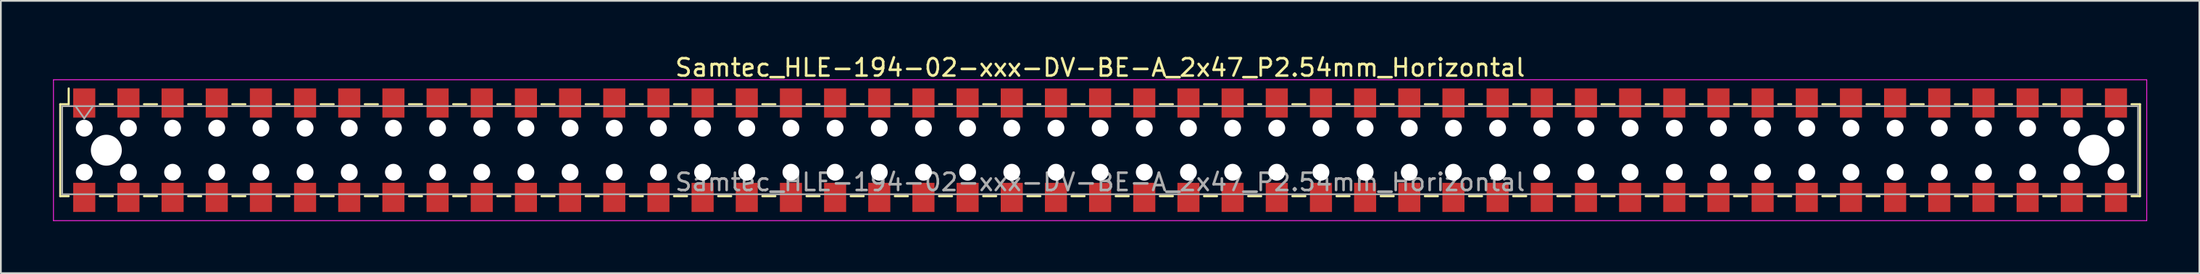
<source format=kicad_pcb>
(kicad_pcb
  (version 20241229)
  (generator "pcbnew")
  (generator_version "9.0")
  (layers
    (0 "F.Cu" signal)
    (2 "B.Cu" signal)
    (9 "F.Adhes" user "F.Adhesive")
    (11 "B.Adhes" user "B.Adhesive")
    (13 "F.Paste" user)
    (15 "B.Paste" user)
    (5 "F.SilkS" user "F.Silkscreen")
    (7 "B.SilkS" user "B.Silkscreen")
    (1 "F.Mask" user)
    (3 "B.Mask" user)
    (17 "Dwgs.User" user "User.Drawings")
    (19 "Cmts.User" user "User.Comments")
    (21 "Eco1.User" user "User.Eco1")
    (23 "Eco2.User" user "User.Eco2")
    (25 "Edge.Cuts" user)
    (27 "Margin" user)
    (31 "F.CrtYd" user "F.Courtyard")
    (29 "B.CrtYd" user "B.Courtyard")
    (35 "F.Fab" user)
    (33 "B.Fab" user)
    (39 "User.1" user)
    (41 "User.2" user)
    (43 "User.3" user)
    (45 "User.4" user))
  (footprint "Samtec_HLE-194-02-xxx-DV-BE-A_2x47_P2.54mm_Horizontal"
    (layer "F.Cu")
    (at 60.215 5.608)
    (property "Reference" "Samtec_HLE-194-02-xxx-DV-BE-A_2x47_P2.54mm_Horizontal" (at 0 -4.76 0) (layer "F.SilkS") (effects (font (size 1 1) (thickness 0.15))))
    (attr smd)
    (fp_line (start -59.8 -2.65) (end -59.8 2.65) (stroke (width 0.12) (type solid)) (layer "F.SilkS"))
    (fp_line (start -59.8 2.65) (end -59.315 2.65) (stroke (width 0.12) (type solid)) (layer "F.SilkS"))
    (fp_line (start -59.315 -3.56) (end -59.315 -2.65) (stroke (width 0.12) (type solid)) (layer "F.SilkS"))
    (fp_line (start -59.315 -2.65) (end -59.8 -2.65) (stroke (width 0.12) (type solid)) (layer "F.SilkS"))
    (fp_line (start -57.525 -2.65) (end -56.775 -2.65) (stroke (width 0.12) (type solid)) (layer "F.SilkS"))
    (fp_line (start -57.525 2.65) (end -56.775 2.65) (stroke (width 0.12) (type solid)) (layer "F.SilkS"))
    (fp_line (start -54.985 -2.65) (end -54.235 -2.65) (stroke (width 0.12) (type solid)) (layer "F.SilkS"))
    (fp_line (start -54.985 2.65) (end -54.235 2.65) (stroke (width 0.12) (type solid)) (layer "F.SilkS"))
    (fp_line (start -52.445 -2.65) (end -51.695 -2.65) (stroke (width 0.12) (type solid)) (layer "F.SilkS"))
    (fp_line (start -52.445 2.65) (end -51.695 2.65) (stroke (width 0.12) (type solid)) (layer "F.SilkS"))
    (fp_line (start -49.905 -2.65) (end -49.155 -2.65) (stroke (width 0.12) (type solid)) (layer "F.SilkS"))
    (fp_line (start -49.905 2.65) (end -49.155 2.65) (stroke (width 0.12) (type solid)) (layer "F.SilkS"))
    (fp_line (start -47.365 -2.65) (end -46.615 -2.65) (stroke (width 0.12) (type solid)) (layer "F.SilkS"))
    (fp_line (start -47.365 2.65) (end -46.615 2.65) (stroke (width 0.12) (type solid)) (layer "F.SilkS"))
    (fp_line (start -44.825 -2.65) (end -44.075 -2.65) (stroke (width 0.12) (type solid)) (layer "F.SilkS"))
    (fp_line (start -44.825 2.65) (end -44.075 2.65) (stroke (width 0.12) (type solid)) (layer "F.SilkS"))
    (fp_line (start -42.285 -2.65) (end -41.535 -2.65) (stroke (width 0.12) (type solid)) (layer "F.SilkS"))
    (fp_line (start -42.285 2.65) (end -41.535 2.65) (stroke (width 0.12) (type solid)) (layer "F.SilkS"))
    (fp_line (start -39.745 -2.65) (end -38.995 -2.65) (stroke (width 0.12) (type solid)) (layer "F.SilkS"))
    (fp_line (start -39.745 2.65) (end -38.995 2.65) (stroke (width 0.12) (type solid)) (layer "F.SilkS"))
    (fp_line (start -37.205 -2.65) (end -36.455 -2.65) (stroke (width 0.12) (type solid)) (layer "F.SilkS"))
    (fp_line (start -37.205 2.65) (end -36.455 2.65) (stroke (width 0.12) (type solid)) (layer "F.SilkS"))
    (fp_line (start -34.665 -2.65) (end -33.915 -2.65) (stroke (width 0.12) (type solid)) (layer "F.SilkS"))
    (fp_line (start -34.665 2.65) (end -33.915 2.65) (stroke (width 0.12) (type solid)) (layer "F.SilkS"))
    (fp_line (start -32.125 -2.65) (end -31.375 -2.65) (stroke (width 0.12) (type solid)) (layer "F.SilkS"))
    (fp_line (start -32.125 2.65) (end -31.375 2.65) (stroke (width 0.12) (type solid)) (layer "F.SilkS"))
    (fp_line (start -29.585 -2.65) (end -28.835 -2.65) (stroke (width 0.12) (type solid)) (layer "F.SilkS"))
    (fp_line (start -29.585 2.65) (end -28.835 2.65) (stroke (width 0.12) (type solid)) (layer "F.SilkS"))
    (fp_line (start -27.045 -2.65) (end -26.295 -2.65) (stroke (width 0.12) (type solid)) (layer "F.SilkS"))
    (fp_line (start -27.045 2.65) (end -26.295 2.65) (stroke (width 0.12) (type solid)) (layer "F.SilkS"))
    (fp_line (start -24.505 -2.65) (end -23.755 -2.65) (stroke (width 0.12) (type solid)) (layer "F.SilkS"))
    (fp_line (start -24.505 2.65) (end -23.755 2.65) (stroke (width 0.12) (type solid)) (layer "F.SilkS"))
    (fp_line (start -21.965 -2.65) (end -21.215 -2.65) (stroke (width 0.12) (type solid)) (layer "F.SilkS"))
    (fp_line (start -21.965 2.65) (end -21.215 2.65) (stroke (width 0.12) (type solid)) (layer "F.SilkS"))
    (fp_line (start -19.425 -2.65) (end -18.675 -2.65) (stroke (width 0.12) (type solid)) (layer "F.SilkS"))
    (fp_line (start -19.425 2.65) (end -18.675 2.65) (stroke (width 0.12) (type solid)) (layer "F.SilkS"))
    (fp_line (start -16.885 -2.65) (end -16.135 -2.65) (stroke (width 0.12) (type solid)) (layer "F.SilkS"))
    (fp_line (start -16.885 2.65) (end -16.135 2.65) (stroke (width 0.12) (type solid)) (layer "F.SilkS"))
    (fp_line (start -14.345 -2.65) (end -13.595 -2.65) (stroke (width 0.12) (type solid)) (layer "F.SilkS"))
    (fp_line (start -14.345 2.65) (end -13.595 2.65) (stroke (width 0.12) (type solid)) (layer "F.SilkS"))
    (fp_line (start -11.805 -2.65) (end -11.055 -2.65) (stroke (width 0.12) (type solid)) (layer "F.SilkS"))
    (fp_line (start -11.805 2.65) (end -11.055 2.65) (stroke (width 0.12) (type solid)) (layer "F.SilkS"))
    (fp_line (start -9.265 -2.65) (end -8.515 -2.65) (stroke (width 0.12) (type solid)) (layer "F.SilkS"))
    (fp_line (start -9.265 2.65) (end -8.515 2.65) (stroke (width 0.12) (type solid)) (layer "F.SilkS"))
    (fp_line (start -6.725 -2.65) (end -5.975 -2.65) (stroke (width 0.12) (type solid)) (layer "F.SilkS"))
    (fp_line (start -6.725 2.65) (end -5.975 2.65) (stroke (width 0.12) (type solid)) (layer "F.SilkS"))
    (fp_line (start -4.185 -2.65) (end -3.435 -2.65) (stroke (width 0.12) (type solid)) (layer "F.SilkS"))
    (fp_line (start -4.185 2.65) (end -3.435 2.65) (stroke (width 0.12) (type solid)) (layer "F.SilkS"))
    (fp_line (start -1.645 -2.65) (end -0.895 -2.65) (stroke (width 0.12) (type solid)) (layer "F.SilkS"))
    (fp_line (start -1.645 2.65) (end -0.895 2.65) (stroke (width 0.12) (type solid)) (layer "F.SilkS"))
    (fp_line (start 0.895 -2.65) (end 1.645 -2.65) (stroke (width 0.12) (type solid)) (layer "F.SilkS"))
    (fp_line (start 0.895 2.65) (end 1.645 2.65) (stroke (width 0.12) (type solid)) (layer "F.SilkS"))
    (fp_line (start 3.435 -2.65) (end 4.185 -2.65) (stroke (width 0.12) (type solid)) (layer "F.SilkS"))
    (fp_line (start 3.435 2.65) (end 4.185 2.65) (stroke (width 0.12) (type solid)) (layer "F.SilkS"))
    (fp_line (start 5.975 -2.65) (end 6.725 -2.65) (stroke (width 0.12) (type solid)) (layer "F.SilkS"))
    (fp_line (start 5.975 2.65) (end 6.725 2.65) (stroke (width 0.12) (type solid)) (layer "F.SilkS"))
    (fp_line (start 8.515 -2.65) (end 9.265 -2.65) (stroke (width 0.12) (type solid)) (layer "F.SilkS"))
    (fp_line (start 8.515 2.65) (end 9.265 2.65) (stroke (width 0.12) (type solid)) (layer "F.SilkS"))
    (fp_line (start 11.055 -2.65) (end 11.805 -2.65) (stroke (width 0.12) (type solid)) (layer "F.SilkS"))
    (fp_line (start 11.055 2.65) (end 11.805 2.65) (stroke (width 0.12) (type solid)) (layer "F.SilkS"))
    (fp_line (start 13.595 -2.65) (end 14.345 -2.65) (stroke (width 0.12) (type solid)) (layer "F.SilkS"))
    (fp_line (start 13.595 2.65) (end 14.345 2.65) (stroke (width 0.12) (type solid)) (layer "F.SilkS"))
    (fp_line (start 16.135 -2.65) (end 16.885 -2.65) (stroke (width 0.12) (type solid)) (layer "F.SilkS"))
    (fp_line (start 16.135 2.65) (end 16.885 2.65) (stroke (width 0.12) (type solid)) (layer "F.SilkS"))
    (fp_line (start 18.675 -2.65) (end 19.425 -2.65) (stroke (width 0.12) (type solid)) (layer "F.SilkS"))
    (fp_line (start 18.675 2.65) (end 19.425 2.65) (stroke (width 0.12) (type solid)) (layer "F.SilkS"))
    (fp_line (start 21.215 -2.65) (end 21.965 -2.65) (stroke (width 0.12) (type solid)) (layer "F.SilkS"))
    (fp_line (start 21.215 2.65) (end 21.965 2.65) (stroke (width 0.12) (type solid)) (layer "F.SilkS"))
    (fp_line (start 23.755 -2.65) (end 24.505 -2.65) (stroke (width 0.12) (type solid)) (layer "F.SilkS"))
    (fp_line (start 23.755 2.65) (end 24.505 2.65) (stroke (width 0.12) (type solid)) (layer "F.SilkS"))
    (fp_line (start 26.295 -2.65) (end 27.045 -2.65) (stroke (width 0.12) (type solid)) (layer "F.SilkS"))
    (fp_line (start 26.295 2.65) (end 27.045 2.65) (stroke (width 0.12) (type solid)) (layer "F.SilkS"))
    (fp_line (start 28.835 -2.65) (end 29.585 -2.65) (stroke (width 0.12) (type solid)) (layer "F.SilkS"))
    (fp_line (start 28.835 2.65) (end 29.585 2.65) (stroke (width 0.12) (type solid)) (layer "F.SilkS"))
    (fp_line (start 31.375 -2.65) (end 32.125 -2.65) (stroke (width 0.12) (type solid)) (layer "F.SilkS"))
    (fp_line (start 31.375 2.65) (end 32.125 2.65) (stroke (width 0.12) (type solid)) (layer "F.SilkS"))
    (fp_line (start 33.915 -2.65) (end 34.665 -2.65) (stroke (width 0.12) (type solid)) (layer "F.SilkS"))
    (fp_line (start 33.915 2.65) (end 34.665 2.65) (stroke (width 0.12) (type solid)) (layer "F.SilkS"))
    (fp_line (start 36.455 -2.65) (end 37.205 -2.65) (stroke (width 0.12) (type solid)) (layer "F.SilkS"))
    (fp_line (start 36.455 2.65) (end 37.205 2.65) (stroke (width 0.12) (type solid)) (layer "F.SilkS"))
    (fp_line (start 38.995 -2.65) (end 39.745 -2.65) (stroke (width 0.12) (type solid)) (layer "F.SilkS"))
    (fp_line (start 38.995 2.65) (end 39.745 2.65) (stroke (width 0.12) (type solid)) (layer "F.SilkS"))
    (fp_line (start 41.535 -2.65) (end 42.285 -2.65) (stroke (width 0.12) (type solid)) (layer "F.SilkS"))
    (fp_line (start 41.535 2.65) (end 42.285 2.65) (stroke (width 0.12) (type solid)) (layer "F.SilkS"))
    (fp_line (start 44.075 -2.65) (end 44.825 -2.65) (stroke (width 0.12) (type solid)) (layer "F.SilkS"))
    (fp_line (start 44.075 2.65) (end 44.825 2.65) (stroke (width 0.12) (type solid)) (layer "F.SilkS"))
    (fp_line (start 46.615 -2.65) (end 47.365 -2.65) (stroke (width 0.12) (type solid)) (layer "F.SilkS"))
    (fp_line (start 46.615 2.65) (end 47.365 2.65) (stroke (width 0.12) (type solid)) (layer "F.SilkS"))
    (fp_line (start 49.155 -2.65) (end 49.905 -2.65) (stroke (width 0.12) (type solid)) (layer "F.SilkS"))
    (fp_line (start 49.155 2.65) (end 49.905 2.65) (stroke (width 0.12) (type solid)) (layer "F.SilkS"))
    (fp_line (start 51.695 -2.65) (end 52.445 -2.65) (stroke (width 0.12) (type solid)) (layer "F.SilkS"))
    (fp_line (start 51.695 2.65) (end 52.445 2.65) (stroke (width 0.12) (type solid)) (layer "F.SilkS"))
    (fp_line (start 54.235 -2.65) (end 54.985 -2.65) (stroke (width 0.12) (type solid)) (layer "F.SilkS"))
    (fp_line (start 54.235 2.65) (end 54.985 2.65) (stroke (width 0.12) (type solid)) (layer "F.SilkS"))
    (fp_line (start 56.775 -2.65) (end 57.525 -2.65) (stroke (width 0.12) (type solid)) (layer "F.SilkS"))
    (fp_line (start 56.775 2.65) (end 57.525 2.65) (stroke (width 0.12) (type solid)) (layer "F.SilkS"))
    (fp_line (start 59.315 -2.65) (end 59.8 -2.65) (stroke (width 0.12) (type solid)) (layer "F.SilkS"))
    (fp_line (start 59.8 -2.65) (end 59.8 2.65) (stroke (width 0.12) (type solid)) (layer "F.SilkS"))
    (fp_line (start 59.8 2.65) (end 59.315 2.65) (stroke (width 0.12) (type solid)) (layer "F.SilkS"))
    (fp_line (start -60.19 -4.06) (end 60.19 -4.06) (stroke (width 0.05) (type solid)) (layer "F.CrtYd"))
    (fp_line (start -60.19 4.06) (end -60.19 -4.06) (stroke (width 0.05) (type solid)) (layer "F.CrtYd"))
    (fp_line (start 60.19 -4.06) (end 60.19 4.06) (stroke (width 0.05) (type solid)) (layer "F.CrtYd"))
    (fp_line (start 60.19 4.06) (end -60.19 4.06) (stroke (width 0.05) (type solid)) (layer "F.CrtYd"))
    (fp_line (start -59.69 -2.54) (end 59.69 -2.54) (stroke (width 0.1) (type solid)) (layer "F.Fab"))
    (fp_line (start -59.69 2.54) (end -59.69 -2.54) (stroke (width 0.1) (type solid)) (layer "F.Fab"))
    (fp_line (start -58.92 -2.54) (end -58.42 -1.833) (stroke (width 0.1) (type solid)) (layer "F.Fab"))
    (fp_line (start -58.42 -1.833) (end -57.92 -2.54) (stroke (width 0.1) (type solid)) (layer "F.Fab"))
    (fp_line (start 59.69 -2.54) (end 59.69 2.54) (stroke (width 0.1) (type solid)) (layer "F.Fab"))
    (fp_line (start 59.69 2.54) (end -59.69 2.54) (stroke (width 0.1) (type solid)) (layer "F.Fab"))
    (fp_text user "${REFERENCE}" (at 0 1.84 0) (layer "F.Fab") (effects (font (size 1 1) (thickness 0.15))))
    (pad "" np_thru_hole circle (at -58.42 -1.27) (size 0.97 0.97) (drill 0.97) (layers "*.Cu" "*.Mask"))
    (pad "" np_thru_hole circle (at -58.42 1.27) (size 0.97 0.97) (drill 0.97) (layers "*.Cu" "*.Mask"))
    (pad "" np_thru_hole circle (at -57.15 0) (size 1.78 1.78) (drill 1.78) (layers "*.Cu" "*.Mask"))
    (pad "" np_thru_hole circle (at -55.88 -1.27) (size 0.97 0.97) (drill 0.97) (layers "*.Cu" "*.Mask"))
    (pad "" np_thru_hole circle (at -55.88 1.27) (size 0.97 0.97) (drill 0.97) (layers "*.Cu" "*.Mask"))
    (pad "" np_thru_hole circle (at -53.34 -1.27) (size 0.97 0.97) (drill 0.97) (layers "*.Cu" "*.Mask"))
    (pad "" np_thru_hole circle (at -53.34 1.27) (size 0.97 0.97) (drill 0.97) (layers "*.Cu" "*.Mask"))
    (pad "" np_thru_hole circle (at -50.8 -1.27) (size 0.97 0.97) (drill 0.97) (layers "*.Cu" "*.Mask"))
    (pad "" np_thru_hole circle (at -50.8 1.27) (size 0.97 0.97) (drill 0.97) (layers "*.Cu" "*.Mask"))
    (pad "" np_thru_hole circle (at -48.26 -1.27) (size 0.97 0.97) (drill 0.97) (layers "*.Cu" "*.Mask"))
    (pad "" np_thru_hole circle (at -48.26 1.27) (size 0.97 0.97) (drill 0.97) (layers "*.Cu" "*.Mask"))
    (pad "" np_thru_hole circle (at -45.72 -1.27) (size 0.97 0.97) (drill 0.97) (layers "*.Cu" "*.Mask"))
    (pad "" np_thru_hole circle (at -45.72 1.27) (size 0.97 0.97) (drill 0.97) (layers "*.Cu" "*.Mask"))
    (pad "" np_thru_hole circle (at -43.18 -1.27) (size 0.97 0.97) (drill 0.97) (layers "*.Cu" "*.Mask"))
    (pad "" np_thru_hole circle (at -43.18 1.27) (size 0.97 0.97) (drill 0.97) (layers "*.Cu" "*.Mask"))
    (pad "" np_thru_hole circle (at -40.64 -1.27) (size 0.97 0.97) (drill 0.97) (layers "*.Cu" "*.Mask"))
    (pad "" np_thru_hole circle (at -40.64 1.27) (size 0.97 0.97) (drill 0.97) (layers "*.Cu" "*.Mask"))
    (pad "" np_thru_hole circle (at -38.1 -1.27) (size 0.97 0.97) (drill 0.97) (layers "*.Cu" "*.Mask"))
    (pad "" np_thru_hole circle (at -38.1 1.27) (size 0.97 0.97) (drill 0.97) (layers "*.Cu" "*.Mask"))
    (pad "" np_thru_hole circle (at -35.56 -1.27) (size 0.97 0.97) (drill 0.97) (layers "*.Cu" "*.Mask"))
    (pad "" np_thru_hole circle (at -35.56 1.27) (size 0.97 0.97) (drill 0.97) (layers "*.Cu" "*.Mask"))
    (pad "" np_thru_hole circle (at -33.02 -1.27) (size 0.97 0.97) (drill 0.97) (layers "*.Cu" "*.Mask"))
    (pad "" np_thru_hole circle (at -33.02 1.27) (size 0.97 0.97) (drill 0.97) (layers "*.Cu" "*.Mask"))
    (pad "" np_thru_hole circle (at -30.48 -1.27) (size 0.97 0.97) (drill 0.97) (layers "*.Cu" "*.Mask"))
    (pad "" np_thru_hole circle (at -30.48 1.27) (size 0.97 0.97) (drill 0.97) (layers "*.Cu" "*.Mask"))
    (pad "" np_thru_hole circle (at -27.94 -1.27) (size 0.97 0.97) (drill 0.97) (layers "*.Cu" "*.Mask"))
    (pad "" np_thru_hole circle (at -27.94 1.27) (size 0.97 0.97) (drill 0.97) (layers "*.Cu" "*.Mask"))
    (pad "" np_thru_hole circle (at -25.4 -1.27) (size 0.97 0.97) (drill 0.97) (layers "*.Cu" "*.Mask"))
    (pad "" np_thru_hole circle (at -25.4 1.27) (size 0.97 0.97) (drill 0.97) (layers "*.Cu" "*.Mask"))
    (pad "" np_thru_hole circle (at -22.86 -1.27) (size 0.97 0.97) (drill 0.97) (layers "*.Cu" "*.Mask"))
    (pad "" np_thru_hole circle (at -22.86 1.27) (size 0.97 0.97) (drill 0.97) (layers "*.Cu" "*.Mask"))
    (pad "" np_thru_hole circle (at -20.32 -1.27) (size 0.97 0.97) (drill 0.97) (layers "*.Cu" "*.Mask"))
    (pad "" np_thru_hole circle (at -20.32 1.27) (size 0.97 0.97) (drill 0.97) (layers "*.Cu" "*.Mask"))
    (pad "" np_thru_hole circle (at -17.78 -1.27) (size 0.97 0.97) (drill 0.97) (layers "*.Cu" "*.Mask"))
    (pad "" np_thru_hole circle (at -17.78 1.27) (size 0.97 0.97) (drill 0.97) (layers "*.Cu" "*.Mask"))
    (pad "" np_thru_hole circle (at -15.24 -1.27) (size 0.97 0.97) (drill 0.97) (layers "*.Cu" "*.Mask"))
    (pad "" np_thru_hole circle (at -15.24 1.27) (size 0.97 0.97) (drill 0.97) (layers "*.Cu" "*.Mask"))
    (pad "" np_thru_hole circle (at -12.7 -1.27) (size 0.97 0.97) (drill 0.97) (layers "*.Cu" "*.Mask"))
    (pad "" np_thru_hole circle (at -12.7 1.27) (size 0.97 0.97) (drill 0.97) (layers "*.Cu" "*.Mask"))
    (pad "" np_thru_hole circle (at -10.16 -1.27) (size 0.97 0.97) (drill 0.97) (layers "*.Cu" "*.Mask"))
    (pad "" np_thru_hole circle (at -10.16 1.27) (size 0.97 0.97) (drill 0.97) (layers "*.Cu" "*.Mask"))
    (pad "" np_thru_hole circle (at -7.62 -1.27) (size 0.97 0.97) (drill 0.97) (layers "*.Cu" "*.Mask"))
    (pad "" np_thru_hole circle (at -7.62 1.27) (size 0.97 0.97) (drill 0.97) (layers "*.Cu" "*.Mask"))
    (pad "" np_thru_hole circle (at -5.08 -1.27) (size 0.97 0.97) (drill 0.97) (layers "*.Cu" "*.Mask"))
    (pad "" np_thru_hole circle (at -5.08 1.27) (size 0.97 0.97) (drill 0.97) (layers "*.Cu" "*.Mask"))
    (pad "" np_thru_hole circle (at -2.54 -1.27) (size 0.97 0.97) (drill 0.97) (layers "*.Cu" "*.Mask"))
    (pad "" np_thru_hole circle (at -2.54 1.27) (size 0.97 0.97) (drill 0.97) (layers "*.Cu" "*.Mask"))
    (pad "" np_thru_hole circle (at 0 -1.27) (size 0.97 0.97) (drill 0.97) (layers "*.Cu" "*.Mask"))
    (pad "" np_thru_hole circle (at 0 1.27) (size 0.97 0.97) (drill 0.97) (layers "*.Cu" "*.Mask"))
    (pad "" np_thru_hole circle (at 2.54 -1.27) (size 0.97 0.97) (drill 0.97) (layers "*.Cu" "*.Mask"))
    (pad "" np_thru_hole circle (at 2.54 1.27) (size 0.97 0.97) (drill 0.97) (layers "*.Cu" "*.Mask"))
    (pad "" np_thru_hole circle (at 5.08 -1.27) (size 0.97 0.97) (drill 0.97) (layers "*.Cu" "*.Mask"))
    (pad "" np_thru_hole circle (at 5.08 1.27) (size 0.97 0.97) (drill 0.97) (layers "*.Cu" "*.Mask"))
    (pad "" np_thru_hole circle (at 7.62 -1.27) (size 0.97 0.97) (drill 0.97) (layers "*.Cu" "*.Mask"))
    (pad "" np_thru_hole circle (at 7.62 1.27) (size 0.97 0.97) (drill 0.97) (layers "*.Cu" "*.Mask"))
    (pad "" np_thru_hole circle (at 10.16 -1.27) (size 0.97 0.97) (drill 0.97) (layers "*.Cu" "*.Mask"))
    (pad "" np_thru_hole circle (at 10.16 1.27) (size 0.97 0.97) (drill 0.97) (layers "*.Cu" "*.Mask"))
    (pad "" np_thru_hole circle (at 12.7 -1.27) (size 0.97 0.97) (drill 0.97) (layers "*.Cu" "*.Mask"))
    (pad "" np_thru_hole circle (at 12.7 1.27) (size 0.97 0.97) (drill 0.97) (layers "*.Cu" "*.Mask"))
    (pad "" np_thru_hole circle (at 15.24 -1.27) (size 0.97 0.97) (drill 0.97) (layers "*.Cu" "*.Mask"))
    (pad "" np_thru_hole circle (at 15.24 1.27) (size 0.97 0.97) (drill 0.97) (layers "*.Cu" "*.Mask"))
    (pad "" np_thru_hole circle (at 17.78 -1.27) (size 0.97 0.97) (drill 0.97) (layers "*.Cu" "*.Mask"))
    (pad "" np_thru_hole circle (at 17.78 1.27) (size 0.97 0.97) (drill 0.97) (layers "*.Cu" "*.Mask"))
    (pad "" np_thru_hole circle (at 20.32 -1.27) (size 0.97 0.97) (drill 0.97) (layers "*.Cu" "*.Mask"))
    (pad "" np_thru_hole circle (at 20.32 1.27) (size 0.97 0.97) (drill 0.97) (layers "*.Cu" "*.Mask"))
    (pad "" np_thru_hole circle (at 22.86 -1.27) (size 0.97 0.97) (drill 0.97) (layers "*.Cu" "*.Mask"))
    (pad "" np_thru_hole circle (at 22.86 1.27) (size 0.97 0.97) (drill 0.97) (layers "*.Cu" "*.Mask"))
    (pad "" np_thru_hole circle (at 25.4 -1.27) (size 0.97 0.97) (drill 0.97) (layers "*.Cu" "*.Mask"))
    (pad "" np_thru_hole circle (at 25.4 1.27) (size 0.97 0.97) (drill 0.97) (layers "*.Cu" "*.Mask"))
    (pad "" np_thru_hole circle (at 27.94 -1.27) (size 0.97 0.97) (drill 0.97) (layers "*.Cu" "*.Mask"))
    (pad "" np_thru_hole circle (at 27.94 1.27) (size 0.97 0.97) (drill 0.97) (layers "*.Cu" "*.Mask"))
    (pad "" np_thru_hole circle (at 30.48 -1.27) (size 0.97 0.97) (drill 0.97) (layers "*.Cu" "*.Mask"))
    (pad "" np_thru_hole circle (at 30.48 1.27) (size 0.97 0.97) (drill 0.97) (layers "*.Cu" "*.Mask"))
    (pad "" np_thru_hole circle (at 33.02 -1.27) (size 0.97 0.97) (drill 0.97) (layers "*.Cu" "*.Mask"))
    (pad "" np_thru_hole circle (at 33.02 1.27) (size 0.97 0.97) (drill 0.97) (layers "*.Cu" "*.Mask"))
    (pad "" np_thru_hole circle (at 35.56 -1.27) (size 0.97 0.97) (drill 0.97) (layers "*.Cu" "*.Mask"))
    (pad "" np_thru_hole circle (at 35.56 1.27) (size 0.97 0.97) (drill 0.97) (layers "*.Cu" "*.Mask"))
    (pad "" np_thru_hole circle (at 38.1 -1.27) (size 0.97 0.97) (drill 0.97) (layers "*.Cu" "*.Mask"))
    (pad "" np_thru_hole circle (at 38.1 1.27) (size 0.97 0.97) (drill 0.97) (layers "*.Cu" "*.Mask"))
    (pad "" np_thru_hole circle (at 40.64 -1.27) (size 0.97 0.97) (drill 0.97) (layers "*.Cu" "*.Mask"))
    (pad "" np_thru_hole circle (at 40.64 1.27) (size 0.97 0.97) (drill 0.97) (layers "*.Cu" "*.Mask"))
    (pad "" np_thru_hole circle (at 43.18 -1.27) (size 0.97 0.97) (drill 0.97) (layers "*.Cu" "*.Mask"))
    (pad "" np_thru_hole circle (at 43.18 1.27) (size 0.97 0.97) (drill 0.97) (layers "*.Cu" "*.Mask"))
    (pad "" np_thru_hole circle (at 45.72 -1.27) (size 0.97 0.97) (drill 0.97) (layers "*.Cu" "*.Mask"))
    (pad "" np_thru_hole circle (at 45.72 1.27) (size 0.97 0.97) (drill 0.97) (layers "*.Cu" "*.Mask"))
    (pad "" np_thru_hole circle (at 48.26 -1.27) (size 0.97 0.97) (drill 0.97) (layers "*.Cu" "*.Mask"))
    (pad "" np_thru_hole circle (at 48.26 1.27) (size 0.97 0.97) (drill 0.97) (layers "*.Cu" "*.Mask"))
    (pad "" np_thru_hole circle (at 50.8 -1.27) (size 0.97 0.97) (drill 0.97) (layers "*.Cu" "*.Mask"))
    (pad "" np_thru_hole circle (at 50.8 1.27) (size 0.97 0.97) (drill 0.97) (layers "*.Cu" "*.Mask"))
    (pad "" np_thru_hole circle (at 53.34 -1.27) (size 0.97 0.97) (drill 0.97) (layers "*.Cu" "*.Mask"))
    (pad "" np_thru_hole circle (at 53.34 1.27) (size 0.97 0.97) (drill 0.97) (layers "*.Cu" "*.Mask"))
    (pad "" np_thru_hole circle (at 55.88 -1.27) (size 0.97 0.97) (drill 0.97) (layers "*.Cu" "*.Mask"))
    (pad "" np_thru_hole circle (at 55.88 1.27) (size 0.97 0.97) (drill 0.97) (layers "*.Cu" "*.Mask"))
    (pad "" np_thru_hole circle (at 57.15 0) (size 1.78 1.78) (drill 1.78) (layers "*.Cu" "*.Mask"))
    (pad "" np_thru_hole circle (at 58.42 -1.27) (size 0.97 0.97) (drill 0.97) (layers "*.Cu" "*.Mask"))
    (pad "" np_thru_hole circle (at 58.42 1.27) (size 0.97 0.97) (drill 0.97) (layers "*.Cu" "*.Mask"))
    (pad "1" smd rect (at -58.42 -2.72) (size 1.27 1.68) (layers "F.Cu" "F.Mask" "F.Paste"))
    (pad "2" smd rect (at -58.42 2.72) (size 1.27 1.68) (layers "F.Cu" "F.Mask" "F.Paste"))
    (pad "3" smd rect (at -55.88 -2.72) (size 1.27 1.68) (layers "F.Cu" "F.Mask" "F.Paste"))
    (pad "4" smd rect (at -55.88 2.72) (size 1.27 1.68) (layers "F.Cu" "F.Mask" "F.Paste"))
    (pad "5" smd rect (at -53.34 -2.72) (size 1.27 1.68) (layers "F.Cu" "F.Mask" "F.Paste"))
    (pad "6" smd rect (at -53.34 2.72) (size 1.27 1.68) (layers "F.Cu" "F.Mask" "F.Paste"))
    (pad "7" smd rect (at -50.8 -2.72) (size 1.27 1.68) (layers "F.Cu" "F.Mask" "F.Paste"))
    (pad "8" smd rect (at -50.8 2.72) (size 1.27 1.68) (layers "F.Cu" "F.Mask" "F.Paste"))
    (pad "9" smd rect (at -48.26 -2.72) (size 1.27 1.68) (layers "F.Cu" "F.Mask" "F.Paste"))
    (pad "10" smd rect (at -48.26 2.72) (size 1.27 1.68) (layers "F.Cu" "F.Mask" "F.Paste"))
    (pad "11" smd rect (at -45.72 -2.72) (size 1.27 1.68) (layers "F.Cu" "F.Mask" "F.Paste"))
    (pad "12" smd rect (at -45.72 2.72) (size 1.27 1.68) (layers "F.Cu" "F.Mask" "F.Paste"))
    (pad "13" smd rect (at -43.18 -2.72) (size 1.27 1.68) (layers "F.Cu" "F.Mask" "F.Paste"))
    (pad "14" smd rect (at -43.18 2.72) (size 1.27 1.68) (layers "F.Cu" "F.Mask" "F.Paste"))
    (pad "15" smd rect (at -40.64 -2.72) (size 1.27 1.68) (layers "F.Cu" "F.Mask" "F.Paste"))
    (pad "16" smd rect (at -40.64 2.72) (size 1.27 1.68) (layers "F.Cu" "F.Mask" "F.Paste"))
    (pad "17" smd rect (at -38.1 -2.72) (size 1.27 1.68) (layers "F.Cu" "F.Mask" "F.Paste"))
    (pad "18" smd rect (at -38.1 2.72) (size 1.27 1.68) (layers "F.Cu" "F.Mask" "F.Paste"))
    (pad "19" smd rect (at -35.56 -2.72) (size 1.27 1.68) (layers "F.Cu" "F.Mask" "F.Paste"))
    (pad "20" smd rect (at -35.56 2.72) (size 1.27 1.68) (layers "F.Cu" "F.Mask" "F.Paste"))
    (pad "21" smd rect (at -33.02 -2.72) (size 1.27 1.68) (layers "F.Cu" "F.Mask" "F.Paste"))
    (pad "22" smd rect (at -33.02 2.72) (size 1.27 1.68) (layers "F.Cu" "F.Mask" "F.Paste"))
    (pad "23" smd rect (at -30.48 -2.72) (size 1.27 1.68) (layers "F.Cu" "F.Mask" "F.Paste"))
    (pad "24" smd rect (at -30.48 2.72) (size 1.27 1.68) (layers "F.Cu" "F.Mask" "F.Paste"))
    (pad "25" smd rect (at -27.94 -2.72) (size 1.27 1.68) (layers "F.Cu" "F.Mask" "F.Paste"))
    (pad "26" smd rect (at -27.94 2.72) (size 1.27 1.68) (layers "F.Cu" "F.Mask" "F.Paste"))
    (pad "27" smd rect (at -25.4 -2.72) (size 1.27 1.68) (layers "F.Cu" "F.Mask" "F.Paste"))
    (pad "28" smd rect (at -25.4 2.72) (size 1.27 1.68) (layers "F.Cu" "F.Mask" "F.Paste"))
    (pad "29" smd rect (at -22.86 -2.72) (size 1.27 1.68) (layers "F.Cu" "F.Mask" "F.Paste"))
    (pad "30" smd rect (at -22.86 2.72) (size 1.27 1.68) (layers "F.Cu" "F.Mask" "F.Paste"))
    (pad "31" smd rect (at -20.32 -2.72) (size 1.27 1.68) (layers "F.Cu" "F.Mask" "F.Paste"))
    (pad "32" smd rect (at -20.32 2.72) (size 1.27 1.68) (layers "F.Cu" "F.Mask" "F.Paste"))
    (pad "33" smd rect (at -17.78 -2.72) (size 1.27 1.68) (layers "F.Cu" "F.Mask" "F.Paste"))
    (pad "34" smd rect (at -17.78 2.72) (size 1.27 1.68) (layers "F.Cu" "F.Mask" "F.Paste"))
    (pad "35" smd rect (at -15.24 -2.72) (size 1.27 1.68) (layers "F.Cu" "F.Mask" "F.Paste"))
    (pad "36" smd rect (at -15.24 2.72) (size 1.27 1.68) (layers "F.Cu" "F.Mask" "F.Paste"))
    (pad "37" smd rect (at -12.7 -2.72) (size 1.27 1.68) (layers "F.Cu" "F.Mask" "F.Paste"))
    (pad "38" smd rect (at -12.7 2.72) (size 1.27 1.68) (layers "F.Cu" "F.Mask" "F.Paste"))
    (pad "39" smd rect (at -10.16 -2.72) (size 1.27 1.68) (layers "F.Cu" "F.Mask" "F.Paste"))
    (pad "40" smd rect (at -10.16 2.72) (size 1.27 1.68) (layers "F.Cu" "F.Mask" "F.Paste"))
    (pad "41" smd rect (at -7.62 -2.72) (size 1.27 1.68) (layers "F.Cu" "F.Mask" "F.Paste"))
    (pad "42" smd rect (at -7.62 2.72) (size 1.27 1.68) (layers "F.Cu" "F.Mask" "F.Paste"))
    (pad "43" smd rect (at -5.08 -2.72) (size 1.27 1.68) (layers "F.Cu" "F.Mask" "F.Paste"))
    (pad "44" smd rect (at -5.08 2.72) (size 1.27 1.68) (layers "F.Cu" "F.Mask" "F.Paste"))
    (pad "45" smd rect (at -2.54 -2.72) (size 1.27 1.68) (layers "F.Cu" "F.Mask" "F.Paste"))
    (pad "46" smd rect (at -2.54 2.72) (size 1.27 1.68) (layers "F.Cu" "F.Mask" "F.Paste"))
    (pad "47" smd rect (at 0 -2.72) (size 1.27 1.68) (layers "F.Cu" "F.Mask" "F.Paste"))
    (pad "48" smd rect (at 0 2.72) (size 1.27 1.68) (layers "F.Cu" "F.Mask" "F.Paste"))
    (pad "49" smd rect (at 2.54 -2.72) (size 1.27 1.68) (layers "F.Cu" "F.Mask" "F.Paste"))
    (pad "50" smd rect (at 2.54 2.72) (size 1.27 1.68) (layers "F.Cu" "F.Mask" "F.Paste"))
    (pad "51" smd rect (at 5.08 -2.72) (size 1.27 1.68) (layers "F.Cu" "F.Mask" "F.Paste"))
    (pad "52" smd rect (at 5.08 2.72) (size 1.27 1.68) (layers "F.Cu" "F.Mask" "F.Paste"))
    (pad "53" smd rect (at 7.62 -2.72) (size 1.27 1.68) (layers "F.Cu" "F.Mask" "F.Paste"))
    (pad "54" smd rect (at 7.62 2.72) (size 1.27 1.68) (layers "F.Cu" "F.Mask" "F.Paste"))
    (pad "55" smd rect (at 10.16 -2.72) (size 1.27 1.68) (layers "F.Cu" "F.Mask" "F.Paste"))
    (pad "56" smd rect (at 10.16 2.72) (size 1.27 1.68) (layers "F.Cu" "F.Mask" "F.Paste"))
    (pad "57" smd rect (at 12.7 -2.72) (size 1.27 1.68) (layers "F.Cu" "F.Mask" "F.Paste"))
    (pad "58" smd rect (at 12.7 2.72) (size 1.27 1.68) (layers "F.Cu" "F.Mask" "F.Paste"))
    (pad "59" smd rect (at 15.24 -2.72) (size 1.27 1.68) (layers "F.Cu" "F.Mask" "F.Paste"))
    (pad "60" smd rect (at 15.24 2.72) (size 1.27 1.68) (layers "F.Cu" "F.Mask" "F.Paste"))
    (pad "61" smd rect (at 17.78 -2.72) (size 1.27 1.68) (layers "F.Cu" "F.Mask" "F.Paste"))
    (pad "62" smd rect (at 17.78 2.72) (size 1.27 1.68) (layers "F.Cu" "F.Mask" "F.Paste"))
    (pad "63" smd rect (at 20.32 -2.72) (size 1.27 1.68) (layers "F.Cu" "F.Mask" "F.Paste"))
    (pad "64" smd rect (at 20.32 2.72) (size 1.27 1.68) (layers "F.Cu" "F.Mask" "F.Paste"))
    (pad "65" smd rect (at 22.86 -2.72) (size 1.27 1.68) (layers "F.Cu" "F.Mask" "F.Paste"))
    (pad "66" smd rect (at 22.86 2.72) (size 1.27 1.68) (layers "F.Cu" "F.Mask" "F.Paste"))
    (pad "67" smd rect (at 25.4 -2.72) (size 1.27 1.68) (layers "F.Cu" "F.Mask" "F.Paste"))
    (pad "68" smd rect (at 25.4 2.72) (size 1.27 1.68) (layers "F.Cu" "F.Mask" "F.Paste"))
    (pad "69" smd rect (at 27.94 -2.72) (size 1.27 1.68) (layers "F.Cu" "F.Mask" "F.Paste"))
    (pad "70" smd rect (at 27.94 2.72) (size 1.27 1.68) (layers "F.Cu" "F.Mask" "F.Paste"))
    (pad "71" smd rect (at 30.48 -2.72) (size 1.27 1.68) (layers "F.Cu" "F.Mask" "F.Paste"))
    (pad "72" smd rect (at 30.48 2.72) (size 1.27 1.68) (layers "F.Cu" "F.Mask" "F.Paste"))
    (pad "73" smd rect (at 33.02 -2.72) (size 1.27 1.68) (layers "F.Cu" "F.Mask" "F.Paste"))
    (pad "74" smd rect (at 33.02 2.72) (size 1.27 1.68) (layers "F.Cu" "F.Mask" "F.Paste"))
    (pad "75" smd rect (at 35.56 -2.72) (size 1.27 1.68) (layers "F.Cu" "F.Mask" "F.Paste"))
    (pad "76" smd rect (at 35.56 2.72) (size 1.27 1.68) (layers "F.Cu" "F.Mask" "F.Paste"))
    (pad "77" smd rect (at 38.1 -2.72) (size 1.27 1.68) (layers "F.Cu" "F.Mask" "F.Paste"))
    (pad "78" smd rect (at 38.1 2.72) (size 1.27 1.68) (layers "F.Cu" "F.Mask" "F.Paste"))
    (pad "79" smd rect (at 40.64 -2.72) (size 1.27 1.68) (layers "F.Cu" "F.Mask" "F.Paste"))
    (pad "80" smd rect (at 40.64 2.72) (size 1.27 1.68) (layers "F.Cu" "F.Mask" "F.Paste"))
    (pad "81" smd rect (at 43.18 -2.72) (size 1.27 1.68) (layers "F.Cu" "F.Mask" "F.Paste"))
    (pad "82" smd rect (at 43.18 2.72) (size 1.27 1.68) (layers "F.Cu" "F.Mask" "F.Paste"))
    (pad "83" smd rect (at 45.72 -2.72) (size 1.27 1.68) (layers "F.Cu" "F.Mask" "F.Paste"))
    (pad "84" smd rect (at 45.72 2.72) (size 1.27 1.68) (layers "F.Cu" "F.Mask" "F.Paste"))
    (pad "85" smd rect (at 48.26 -2.72) (size 1.27 1.68) (layers "F.Cu" "F.Mask" "F.Paste"))
    (pad "86" smd rect (at 48.26 2.72) (size 1.27 1.68) (layers "F.Cu" "F.Mask" "F.Paste"))
    (pad "87" smd rect (at 50.8 -2.72) (size 1.27 1.68) (layers "F.Cu" "F.Mask" "F.Paste"))
    (pad "88" smd rect (at 50.8 2.72) (size 1.27 1.68) (layers "F.Cu" "F.Mask" "F.Paste"))
    (pad "89" smd rect (at 53.34 -2.72) (size 1.27 1.68) (layers "F.Cu" "F.Mask" "F.Paste"))
    (pad "90" smd rect (at 53.34 2.72) (size 1.27 1.68) (layers "F.Cu" "F.Mask" "F.Paste"))
    (pad "91" smd rect (at 55.88 -2.72) (size 1.27 1.68) (layers "F.Cu" "F.Mask" "F.Paste"))
    (pad "92" smd rect (at 55.88 2.72) (size 1.27 1.68) (layers "F.Cu" "F.Mask" "F.Paste"))
    (pad "93" smd rect (at 58.42 -2.72) (size 1.27 1.68) (layers "F.Cu" "F.Mask" "F.Paste"))
    (pad "94" smd rect (at 58.42 2.72) (size 1.27 1.68) (layers "F.Cu" "F.Mask" "F.Paste")))
  (gr_rect
    (start -3 -3)
    (end 123.43 12.693)
    (stroke (width 0.1) (type default))
    (fill no)
    (layer "Edge.Cuts")))
</source>
